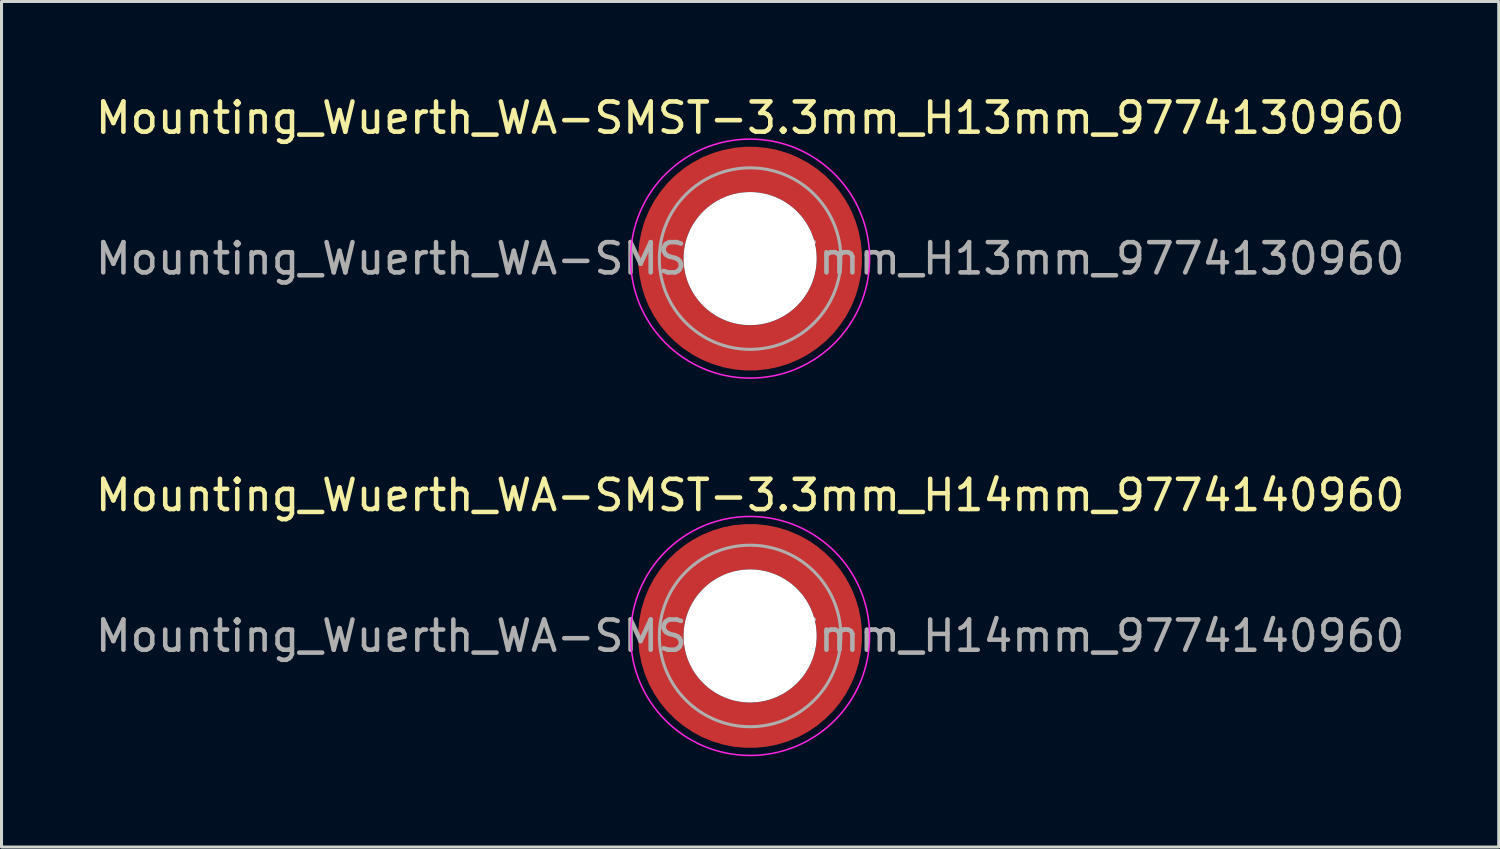
<source format=kicad_pcb>
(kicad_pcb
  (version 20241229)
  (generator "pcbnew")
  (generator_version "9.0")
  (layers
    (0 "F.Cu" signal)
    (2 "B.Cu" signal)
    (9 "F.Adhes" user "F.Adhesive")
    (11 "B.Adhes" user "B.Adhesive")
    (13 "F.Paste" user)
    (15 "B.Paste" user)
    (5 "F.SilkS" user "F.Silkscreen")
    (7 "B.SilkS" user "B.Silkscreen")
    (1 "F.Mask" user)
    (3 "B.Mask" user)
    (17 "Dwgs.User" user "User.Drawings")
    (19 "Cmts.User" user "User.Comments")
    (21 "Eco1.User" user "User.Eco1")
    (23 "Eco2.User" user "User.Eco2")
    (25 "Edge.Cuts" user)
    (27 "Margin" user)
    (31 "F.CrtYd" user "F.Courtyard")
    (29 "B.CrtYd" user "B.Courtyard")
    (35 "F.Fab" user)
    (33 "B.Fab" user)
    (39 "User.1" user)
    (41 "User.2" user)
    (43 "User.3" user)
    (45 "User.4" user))
  (footprint "Mounting_Wuerth_WA-SMST-3.3mm_H13mm_9774130960"
    (layer "F.Cu")
    (at 21.744 5.498)
    (property "Reference" "Mounting_Wuerth_WA-SMST-3.3mm_H13mm_9774130960" (at 0 -4.65 0) (layer "F.SilkS") (effects (font (size 1 1) (thickness 0.15))))
    (attr smd)
    (fp_circle (center 0 0) (end 3.95 0) (stroke (width 0.05) (type solid)) (fill no) (layer "F.CrtYd"))
    (fp_circle (center 0 0) (end 3 0) (stroke (width 0.1) (type solid)) (fill no) (layer "F.Fab"))
    (fp_text user "${REFERENCE}" (at 0 0 0) (layer "F.Fab") (effects (font (size 1 1) (thickness 0.15))))
    (pad "" smd custom (at -2.058 -2.058) (size 0.7 0.7) (layers "F.Paste") (options (anchor circle)) (primitives (gr_arc (start -0.377294 1.707681) (mid 0.317579 0.318817) (end 1.705947 -0.377044) (width 0.2)) (gr_arc (start -0.478281 1.707681) (mid 0.246161 0.248814) (end 1.703965 -0.477765) (width 0.2)) (gr_arc (start -0.579192 1.707681) (mid 0.175492 0.178063) (end 1.704077 -0.578711) (width 0.2)) (gr_arc (start -0.680037 1.707681) (mid 0.105568 0.106564) (end 1.706284 -0.679858) (width 0.2)) (gr_arc (start -0.780822 1.707681) (mid 0.034627 0.036085) (end 1.705634 -0.780569) (width 0.2)) (gr_arc (start -0.881554 1.707681) (mid -0.035694 -0.035016) (end 1.706729 -0.881441) (width 0.2)) (gr_arc (start -0.982237 1.707681) (mid -0.107281 -0.10485) (end 1.704266 -0.981842) (width 0.2)) (gr_arc (start -1.082877 1.707681) (mid -0.178372 -0.175181) (end 1.703197 -1.082374) (width 0.2)) (gr_arc (start -1.183476 1.707681) (mid -0.248964 -0.246008) (end 1.703525 -1.183025) (width 0.2)) (gr_arc (start -1.28404 1.707681) (mid -0.319062 -0.317333) (end 1.70525 -1.283784) (width 0.2)) (gr_line (start 1.708 -0.377) (end 1.708 -1.284) (width 0.2)) (gr_line (start -0.377 1.708) (end -1.284 1.708) (width 0.2))))
    (pad "" smd custom (at -2.058 2.058) (size 0.7 0.7) (layers "F.Paste") (options (anchor circle)) (primitives (gr_arc (start 1.707681 0.377294) (mid 0.318817 -0.317579) (end -0.377044 -1.705947) (width 0.2)) (gr_arc (start 1.707681 0.478281) (mid 0.248814 -0.246161) (end -0.477765 -1.703965) (width 0.2)) (gr_arc (start 1.707681 0.579192) (mid 0.178063 -0.175492) (end -0.578711 -1.704077) (width 0.2)) (gr_arc (start 1.707681 0.680037) (mid 0.106564 -0.105568) (end -0.679858 -1.706284) (width 0.2)) (gr_arc (start 1.707681 0.780822) (mid 0.036085 -0.034627) (end -0.780569 -1.705634) (width 0.2)) (gr_arc (start 1.707681 0.881554) (mid -0.035016 0.035694) (end -0.881441 -1.706729) (width 0.2)) (gr_arc (start 1.707681 0.982237) (mid -0.10485 0.107281) (end -0.981842 -1.704266) (width 0.2)) (gr_arc (start 1.707681 1.082877) (mid -0.175181 0.178372) (end -1.082374 -1.703197) (width 0.2)) (gr_arc (start 1.707681 1.183476) (mid -0.246008 0.248964) (end -1.183025 -1.703525) (width 0.2)) (gr_arc (start 1.707681 1.28404) (mid -0.317333 0.319062) (end -1.283784 -1.70525) (width 0.2)) (gr_line (start -0.377 -1.708) (end -1.284 -1.708) (width 0.2)) (gr_line (start 1.708 0.377) (end 1.708 1.284) (width 0.2))))
    (pad "" np_thru_hole circle (at 0 0) (size 4.4 4.4) (drill 4.4) (layers "*.Cu" "*.Mask"))
    (pad "" smd custom (at 2.058 -2.058) (size 0.7 0.7) (layers "F.Paste") (options (anchor circle)) (primitives (gr_arc (start -1.707681 -0.377294) (mid -0.318817 0.317579) (end 0.377044 1.705947) (width 0.2)) (gr_arc (start -1.707681 -0.478281) (mid -0.248814 0.246161) (end 0.477765 1.703965) (width 0.2)) (gr_arc (start -1.707681 -0.579192) (mid -0.178063 0.175492) (end 0.578711 1.704077) (width 0.2)) (gr_arc (start -1.707681 -0.680037) (mid -0.106564 0.105568) (end 0.679858 1.706284) (width 0.2)) (gr_arc (start -1.707681 -0.780822) (mid -0.036085 0.034627) (end 0.780569 1.705634) (width 0.2)) (gr_arc (start -1.707681 -0.881554) (mid 0.035016 -0.035694) (end 0.881441 1.706729) (width 0.2)) (gr_arc (start -1.707681 -0.982237) (mid 0.10485 -0.107281) (end 0.981842 1.704266) (width 0.2)) (gr_arc (start -1.707681 -1.082877) (mid 0.175181 -0.178372) (end 1.082374 1.703197) (width 0.2)) (gr_arc (start -1.707681 -1.183476) (mid 0.246008 -0.248964) (end 1.183025 1.703525) (width 0.2)) (gr_arc (start -1.707681 -1.28404) (mid 0.317333 -0.319062) (end 1.283784 1.70525) (width 0.2)) (gr_line (start 0.377 1.708) (end 1.284 1.708) (width 0.2)) (gr_line (start -1.708 -0.377) (end -1.708 -1.284) (width 0.2))))
    (pad "" smd custom (at 2.058 2.058) (size 0.7 0.7) (layers "F.Paste") (options (anchor circle)) (primitives (gr_arc (start 0.377294 -1.707681) (mid -0.317579 -0.318817) (end -1.705947 0.377044) (width 0.2)) (gr_arc (start 0.478281 -1.707681) (mid -0.246161 -0.248814) (end -1.703965 0.477765) (width 0.2)) (gr_arc (start 0.579192 -1.707681) (mid -0.175492 -0.178063) (end -1.704077 0.578711) (width 0.2)) (gr_arc (start 0.680037 -1.707681) (mid -0.105568 -0.106564) (end -1.706284 0.679858) (width 0.2)) (gr_arc (start 0.780822 -1.707681) (mid -0.034627 -0.036085) (end -1.705634 0.780569) (width 0.2)) (gr_arc (start 0.881554 -1.707681) (mid 0.035694 0.035016) (end -1.706729 0.881441) (width 0.2)) (gr_arc (start 0.982237 -1.707681) (mid 0.107281 0.10485) (end -1.704266 0.981842) (width 0.2)) (gr_arc (start 1.082877 -1.707681) (mid 0.178372 0.175181) (end -1.703197 1.082374) (width 0.2)) (gr_arc (start 1.183476 -1.707681) (mid 0.248964 0.246008) (end -1.703525 1.183025) (width 0.2)) (gr_arc (start 1.28404 -1.707681) (mid 0.319062 0.317333) (end -1.70525 1.283784) (width 0.2)) (gr_line (start -1.708 0.377) (end -1.708 1.284) (width 0.2)) (gr_line (start 0.377 -1.708) (end 1.284 -1.708) (width 0.2))))
    (pad "1" smd circle (at -2.95 0) (size 1.1 1.1) (layers "F.Cu"))
    (pad "1" smd circle (at 0 -2.95) (size 1.1 1.1) (layers "F.Cu"))
    (pad "1" smd circle (at 0 2.95) (size 1.1 1.1) (layers "F.Cu"))
    (pad "1" smd custom (at 2.95 0) (size 1.1 1.1) (layers "F.Cu" "F.Mask") (options (anchor circle)) (primitives (gr_circle (center -2.95 0) (end 0 0) (width 1.5) (fill no)))))
  (footprint "Mounting_Wuerth_WA-SMST-3.3mm_H14mm_9774140960"
    (layer "F.Cu")
    (at 21.744 17.971)
    (property "Reference" "Mounting_Wuerth_WA-SMST-3.3mm_H14mm_9774140960" (at 0 -4.65 0) (layer "F.SilkS") (effects (font (size 1 1) (thickness 0.15))))
    (attr smd)
    (fp_circle (center 0 0) (end 3.95 0) (stroke (width 0.05) (type solid)) (fill no) (layer "F.CrtYd"))
    (fp_circle (center 0 0) (end 3 0) (stroke (width 0.1) (type solid)) (fill no) (layer "F.Fab"))
    (fp_text user "${REFERENCE}" (at 0 0 0) (layer "F.Fab") (effects (font (size 1 1) (thickness 0.15))))
    (pad "" smd custom (at -2.058 -2.058) (size 0.7 0.7) (layers "F.Paste") (options (anchor circle)) (primitives (gr_arc (start -0.377294 1.707681) (mid 0.317579 0.318817) (end 1.705947 -0.377044) (width 0.2)) (gr_arc (start -0.478281 1.707681) (mid 0.246161 0.248814) (end 1.703965 -0.477765) (width 0.2)) (gr_arc (start -0.579192 1.707681) (mid 0.175492 0.178063) (end 1.704077 -0.578711) (width 0.2)) (gr_arc (start -0.680037 1.707681) (mid 0.105568 0.106564) (end 1.706284 -0.679858) (width 0.2)) (gr_arc (start -0.780822 1.707681) (mid 0.034627 0.036085) (end 1.705634 -0.780569) (width 0.2)) (gr_arc (start -0.881554 1.707681) (mid -0.035694 -0.035016) (end 1.706729 -0.881441) (width 0.2)) (gr_arc (start -0.982237 1.707681) (mid -0.107281 -0.10485) (end 1.704266 -0.981842) (width 0.2)) (gr_arc (start -1.082877 1.707681) (mid -0.178372 -0.175181) (end 1.703197 -1.082374) (width 0.2)) (gr_arc (start -1.183476 1.707681) (mid -0.248964 -0.246008) (end 1.703525 -1.183025) (width 0.2)) (gr_arc (start -1.28404 1.707681) (mid -0.319062 -0.317333) (end 1.70525 -1.283784) (width 0.2)) (gr_line (start 1.708 -0.377) (end 1.708 -1.284) (width 0.2)) (gr_line (start -0.377 1.708) (end -1.284 1.708) (width 0.2))))
    (pad "" smd custom (at -2.058 2.058) (size 0.7 0.7) (layers "F.Paste") (options (anchor circle)) (primitives (gr_arc (start 1.707681 0.377294) (mid 0.318817 -0.317579) (end -0.377044 -1.705947) (width 0.2)) (gr_arc (start 1.707681 0.478281) (mid 0.248814 -0.246161) (end -0.477765 -1.703965) (width 0.2)) (gr_arc (start 1.707681 0.579192) (mid 0.178063 -0.175492) (end -0.578711 -1.704077) (width 0.2)) (gr_arc (start 1.707681 0.680037) (mid 0.106564 -0.105568) (end -0.679858 -1.706284) (width 0.2)) (gr_arc (start 1.707681 0.780822) (mid 0.036085 -0.034627) (end -0.780569 -1.705634) (width 0.2)) (gr_arc (start 1.707681 0.881554) (mid -0.035016 0.035694) (end -0.881441 -1.706729) (width 0.2)) (gr_arc (start 1.707681 0.982237) (mid -0.10485 0.107281) (end -0.981842 -1.704266) (width 0.2)) (gr_arc (start 1.707681 1.082877) (mid -0.175181 0.178372) (end -1.082374 -1.703197) (width 0.2)) (gr_arc (start 1.707681 1.183476) (mid -0.246008 0.248964) (end -1.183025 -1.703525) (width 0.2)) (gr_arc (start 1.707681 1.28404) (mid -0.317333 0.319062) (end -1.283784 -1.70525) (width 0.2)) (gr_line (start -0.377 -1.708) (end -1.284 -1.708) (width 0.2)) (gr_line (start 1.708 0.377) (end 1.708 1.284) (width 0.2))))
    (pad "" np_thru_hole circle (at 0 0) (size 4.4 4.4) (drill 4.4) (layers "*.Cu" "*.Mask"))
    (pad "" smd custom (at 2.058 -2.058) (size 0.7 0.7) (layers "F.Paste") (options (anchor circle)) (primitives (gr_arc (start -1.707681 -0.377294) (mid -0.318817 0.317579) (end 0.377044 1.705947) (width 0.2)) (gr_arc (start -1.707681 -0.478281) (mid -0.248814 0.246161) (end 0.477765 1.703965) (width 0.2)) (gr_arc (start -1.707681 -0.579192) (mid -0.178063 0.175492) (end 0.578711 1.704077) (width 0.2)) (gr_arc (start -1.707681 -0.680037) (mid -0.106564 0.105568) (end 0.679858 1.706284) (width 0.2)) (gr_arc (start -1.707681 -0.780822) (mid -0.036085 0.034627) (end 0.780569 1.705634) (width 0.2)) (gr_arc (start -1.707681 -0.881554) (mid 0.035016 -0.035694) (end 0.881441 1.706729) (width 0.2)) (gr_arc (start -1.707681 -0.982237) (mid 0.10485 -0.107281) (end 0.981842 1.704266) (width 0.2)) (gr_arc (start -1.707681 -1.082877) (mid 0.175181 -0.178372) (end 1.082374 1.703197) (width 0.2)) (gr_arc (start -1.707681 -1.183476) (mid 0.246008 -0.248964) (end 1.183025 1.703525) (width 0.2)) (gr_arc (start -1.707681 -1.28404) (mid 0.317333 -0.319062) (end 1.283784 1.70525) (width 0.2)) (gr_line (start 0.377 1.708) (end 1.284 1.708) (width 0.2)) (gr_line (start -1.708 -0.377) (end -1.708 -1.284) (width 0.2))))
    (pad "" smd custom (at 2.058 2.058) (size 0.7 0.7) (layers "F.Paste") (options (anchor circle)) (primitives (gr_arc (start 0.377294 -1.707681) (mid -0.317579 -0.318817) (end -1.705947 0.377044) (width 0.2)) (gr_arc (start 0.478281 -1.707681) (mid -0.246161 -0.248814) (end -1.703965 0.477765) (width 0.2)) (gr_arc (start 0.579192 -1.707681) (mid -0.175492 -0.178063) (end -1.704077 0.578711) (width 0.2)) (gr_arc (start 0.680037 -1.707681) (mid -0.105568 -0.106564) (end -1.706284 0.679858) (width 0.2)) (gr_arc (start 0.780822 -1.707681) (mid -0.034627 -0.036085) (end -1.705634 0.780569) (width 0.2)) (gr_arc (start 0.881554 -1.707681) (mid 0.035694 0.035016) (end -1.706729 0.881441) (width 0.2)) (gr_arc (start 0.982237 -1.707681) (mid 0.107281 0.10485) (end -1.704266 0.981842) (width 0.2)) (gr_arc (start 1.082877 -1.707681) (mid 0.178372 0.175181) (end -1.703197 1.082374) (width 0.2)) (gr_arc (start 1.183476 -1.707681) (mid 0.248964 0.246008) (end -1.703525 1.183025) (width 0.2)) (gr_arc (start 1.28404 -1.707681) (mid 0.319062 0.317333) (end -1.70525 1.283784) (width 0.2)) (gr_line (start -1.708 0.377) (end -1.708 1.284) (width 0.2)) (gr_line (start 0.377 -1.708) (end 1.284 -1.708) (width 0.2))))
    (pad "1" smd circle (at -2.95 0) (size 1.1 1.1) (layers "F.Cu"))
    (pad "1" smd circle (at 0 -2.95) (size 1.1 1.1) (layers "F.Cu"))
    (pad "1" smd circle (at 0 2.95) (size 1.1 1.1) (layers "F.Cu"))
    (pad "1" smd custom (at 2.95 0) (size 1.1 1.1) (layers "F.Cu" "F.Mask") (options (anchor circle)) (primitives (gr_circle (center -2.95 0) (end 0 0) (width 1.5) (fill no)))))
  (gr_rect
    (start -3 -3)
    (end 46.488 24.947)
    (stroke (width 0.1) (type default))
    (fill no)
    (layer "Edge.Cuts")))
</source>
